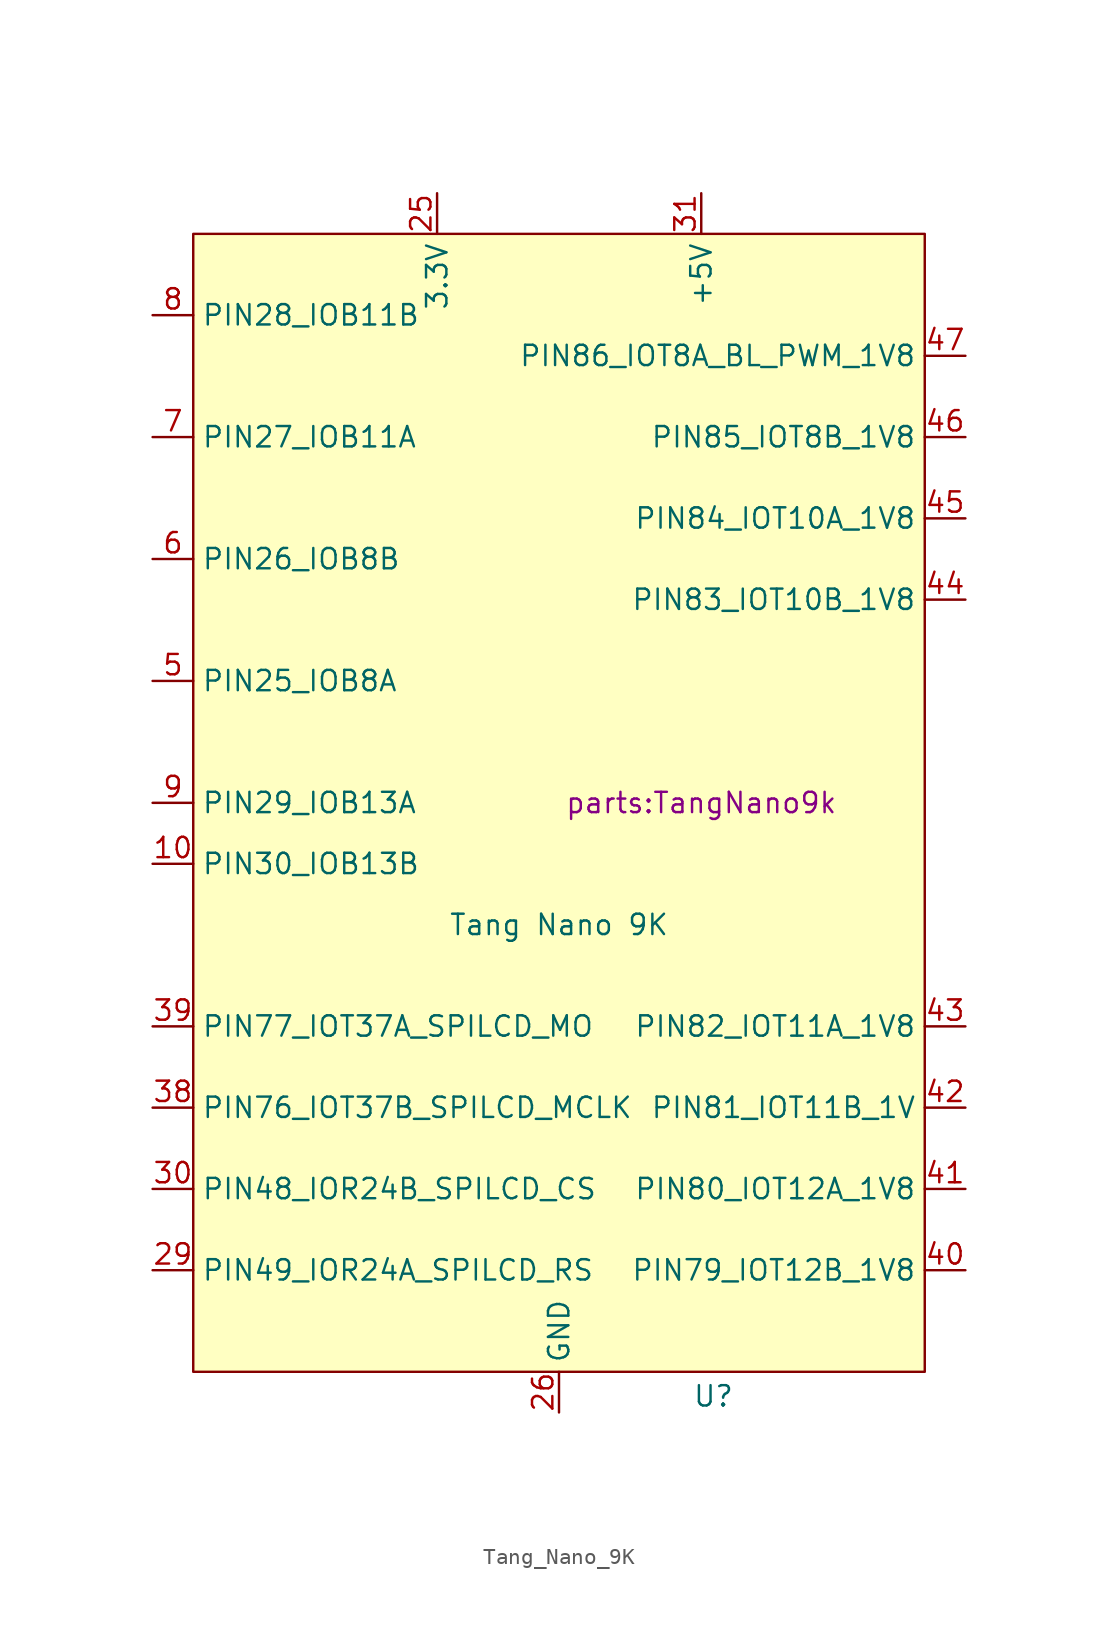
<source format=kicad_sym>
(kicad_symbol_lib
  (version 20231120)
  (generator "kicad_symbol_editor")
  (generator_version "8.0")
  (symbol "Tang_Nano_9K"
    (property "Reference" "U"
      (at 9.652 -39.624 0)
      (effects (font (size 1.27 1.27))))
    (property "Value" "Tang Nano 9K"
      (at 0 -10.16 0)
      (effects (font (size 1.27 1.27))))
    (property "Footprint" "parts:TangNano9k"
      (at 8.89 -2.54 0)
      (effects (font (size 1.27 1.27))))
    (symbol "Tang_Nano_9K_1_1"
      (rectangle (start -22.86 33.02) (end 22.86 -38.1) (stroke (width 0) (type default)) (fill (type background)))
      (pin bidirectional line (at -25.4 -6.35 0) (length 2.54) (name "PIN30_IOB13B" (effects (font (size 1.27 1.27)))) (number "10" (effects (font (size 1.27 1.27)))))
      (pin power_out line (at -7.62 35.56 270) (length 2.54) (name "3.3V" (effects (font (size 1.27 1.27)))) (number "25" (effects (font (size 1.27 1.27)))))
      (pin power_out line (at 0 -40.64 90) (length 2.54) (name "GND" (effects (font (size 1.27 1.27)))) (number "26" (effects (font (size 1.27 1.27)))))
      (pin bidirectional line (at -25.4 -31.75 0) (length 2.54) (name "PIN49_IOR24A_SPILCD_RS" (effects (font (size 1.27 1.27)))) (number "29" (effects (font (size 1.27 1.27)))))
      (pin bidirectional line (at -25.4 -26.67 0) (length 2.54) (name "PIN48_IOR24B_SPILCD_CS" (effects (font (size 1.27 1.27)))) (number "30" (effects (font (size 1.27 1.27)))))
      (pin power_out line (at 8.89 35.56 270) (length 2.54) (name "+5V" (effects (font (size 1.27 1.27)))) (number "31" (effects (font (size 1.27 1.27)))))
      (pin bidirectional line (at -25.4 -21.59 0) (length 2.54) (name "PIN76_IOT37B_SPILCD_MCLK" (effects (font (size 1.27 1.27)))) (number "38" (effects (font (size 1.27 1.27)))))
      (pin bidirectional line (at -25.4 -16.51 0) (length 2.54) (name "PIN77_IOT37A_SPILCD_MO" (effects (font (size 1.27 1.27)))) (number "39" (effects (font (size 1.27 1.27)))))
      (pin bidirectional line (at 25.4 -31.75 180) (length 2.54) (name "PIN79_IOT12B_1V8" (effects (font (size 1.27 1.27)))) (number "40" (effects (font (size 1.27 1.27)))))
      (pin bidirectional line (at 25.4 -26.67 180) (length 2.54) (name "PIN80_IOT12A_1V8" (effects (font (size 1.27 1.27)))) (number "41" (effects (font (size 1.27 1.27)))))
      (pin bidirectional line (at 25.4 -21.59 180) (length 2.54) (name "PIN81_IOT11B_1V" (effects (font (size 1.27 1.27)))) (number "42" (effects (font (size 1.27 1.27)))))
      (pin bidirectional line (at 25.4 -16.51 180) (length 2.54) (name "PIN82_IOT11A_1V8" (effects (font (size 1.27 1.27)))) (number "43" (effects (font (size 1.27 1.27)))))
      (pin bidirectional line (at 25.4 10.16 180) (length 2.54) (name "PIN83_IOT10B_1V8" (effects (font (size 1.27 1.27)))) (number "44" (effects (font (size 1.27 1.27)))))
      (pin bidirectional line (at 25.4 15.24 180) (length 2.54) (name "PIN84_IOT10A_1V8" (effects (font (size 1.27 1.27)))) (number "45" (effects (font (size 1.27 1.27)))))
      (pin bidirectional line (at 25.4 20.32 180) (length 2.54) (name "PIN85_IOT8B_1V8" (effects (font (size 1.27 1.27)))) (number "46" (effects (font (size 1.27 1.27)))))
      (pin bidirectional line (at 25.4 25.4 180) (length 2.54) (name "PIN86_IOT8A_BL_PWM_1V8" (effects (font (size 1.27 1.27)))) (number "47" (effects (font (size 1.27 1.27)))))
      (pin bidirectional line (at -25.4 5.08 0) (length 2.54) (name "PIN25_IOB8A" (effects (font (size 1.27 1.27)))) (number "5" (effects (font (size 1.27 1.27)))))
      (pin bidirectional line (at -25.4 12.7 0) (length 2.54) (name "PIN26_IOB8B" (effects (font (size 1.27 1.27)))) (number "6" (effects (font (size 1.27 1.27)))))
      (pin bidirectional line (at -25.4 20.32 0) (length 2.54) (name "PIN27_IOB11A" (effects (font (size 1.27 1.27)))) (number "7" (effects (font (size 1.27 1.27)))))
      (pin bidirectional line (at -25.4 27.94 0) (length 2.54) (name "PIN28_IOB11B" (effects (font (size 1.27 1.27)))) (number "8" (effects (font (size 1.27 1.27)))))
      (pin bidirectional line (at -25.4 -2.54 0) (length 2.54) (name "PIN29_IOB13A" (effects (font (size 1.27 1.27)))) (number "9" (effects (font (size 1.27 1.27))))))))
</source>
